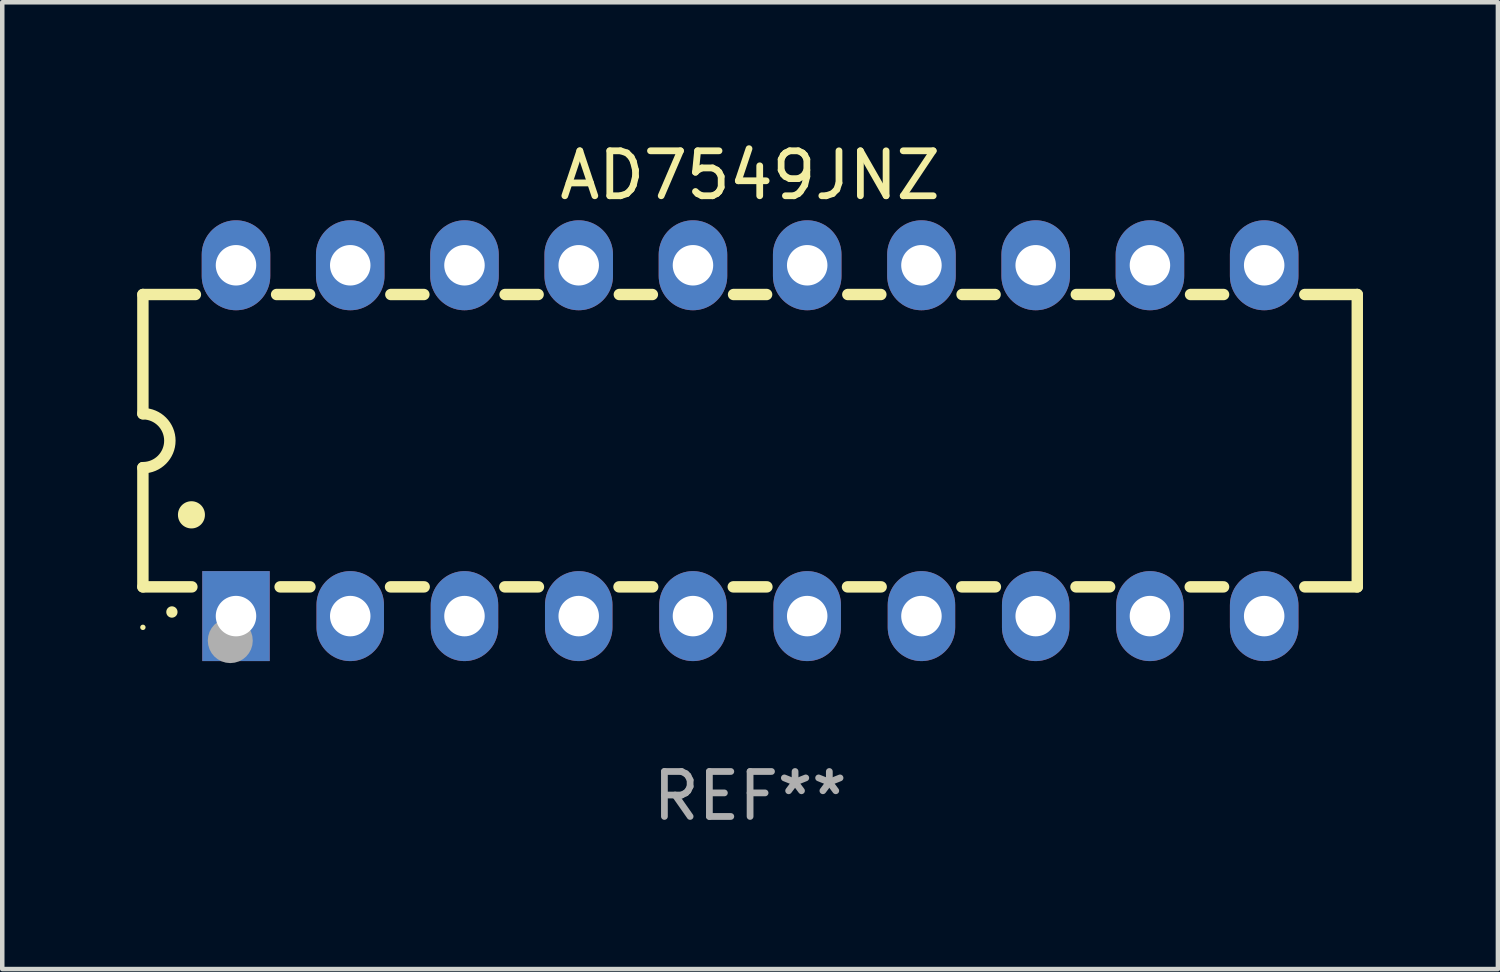
<source format=kicad_pcb>
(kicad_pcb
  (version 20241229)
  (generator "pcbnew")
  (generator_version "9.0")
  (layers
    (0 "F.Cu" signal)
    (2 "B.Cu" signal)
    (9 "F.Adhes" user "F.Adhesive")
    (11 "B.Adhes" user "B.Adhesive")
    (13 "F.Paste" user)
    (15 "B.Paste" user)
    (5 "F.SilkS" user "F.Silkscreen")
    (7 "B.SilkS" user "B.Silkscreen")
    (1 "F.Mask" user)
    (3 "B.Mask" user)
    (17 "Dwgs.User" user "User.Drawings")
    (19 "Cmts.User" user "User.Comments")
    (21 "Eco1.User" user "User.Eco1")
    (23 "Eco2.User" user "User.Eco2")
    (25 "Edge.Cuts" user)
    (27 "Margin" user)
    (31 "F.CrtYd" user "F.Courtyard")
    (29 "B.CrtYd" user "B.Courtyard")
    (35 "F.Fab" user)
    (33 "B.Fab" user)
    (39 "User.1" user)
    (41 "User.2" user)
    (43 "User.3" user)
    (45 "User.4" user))
  (footprint "AD7549JNZ"
    (layer "F.Cu")
    (at 13.627 6.748)
    (property "Reference" "AD7549JNZ" (at 0 -5.9 0) (layer "F.SilkS") (effects (font (size 1 1) (thickness 0.15))))
    (attr through_hole)
    (fp_line (start -13.5 -3.25) (end -12.333 -3.25) (stroke (width 0.254) (type solid)) (layer "F.SilkS"))
    (fp_line (start -13.5 -0.6) (end -13.5 -3.25) (stroke (width 0.254) (type solid)) (layer "F.SilkS"))
    (fp_line (start -13.5 3.25) (end -13.5 0.6) (stroke (width 0.254) (type solid)) (layer "F.SilkS"))
    (fp_line (start -13.5 3.25) (end -12.411 3.25) (stroke (width 0.254) (type solid)) (layer "F.SilkS"))
    (fp_line (start -10.527 -3.25) (end -9.793 -3.25) (stroke (width 0.254) (type solid)) (layer "F.SilkS"))
    (fp_line (start -10.449 3.25) (end -9.786 3.25) (stroke (width 0.254) (type solid)) (layer "F.SilkS"))
    (fp_line (start -7.994 3.25) (end -7.246 3.25) (stroke (width 0.254) (type solid)) (layer "F.SilkS"))
    (fp_line (start -7.987 -3.25) (end -7.253 -3.25) (stroke (width 0.254) (type solid)) (layer "F.SilkS"))
    (fp_line (start -5.454 3.25) (end -4.706 3.25) (stroke (width 0.254) (type solid)) (layer "F.SilkS"))
    (fp_line (start -5.447 -3.25) (end -4.713 -3.25) (stroke (width 0.254) (type solid)) (layer "F.SilkS"))
    (fp_line (start -2.914 3.25) (end -2.166 3.25) (stroke (width 0.254) (type solid)) (layer "F.SilkS"))
    (fp_line (start -2.907 -3.25) (end -2.173 -3.25) (stroke (width 0.254) (type solid)) (layer "F.SilkS"))
    (fp_line (start -0.374 3.25) (end 0.374 3.25) (stroke (width 0.254) (type solid)) (layer "F.SilkS"))
    (fp_line (start -0.367 -3.25) (end 0.367 -3.25) (stroke (width 0.254) (type solid)) (layer "F.SilkS"))
    (fp_line (start 2.166 3.25) (end 2.914 3.25) (stroke (width 0.254) (type solid)) (layer "F.SilkS"))
    (fp_line (start 2.173 -3.25) (end 2.907 -3.25) (stroke (width 0.254) (type solid)) (layer "F.SilkS"))
    (fp_line (start 4.706 3.25) (end 5.454 3.25) (stroke (width 0.254) (type solid)) (layer "F.SilkS"))
    (fp_line (start 4.713 -3.25) (end 5.447 -3.25) (stroke (width 0.254) (type solid)) (layer "F.SilkS"))
    (fp_line (start 7.246 3.25) (end 7.994 3.25) (stroke (width 0.254) (type solid)) (layer "F.SilkS"))
    (fp_line (start 7.253 -3.25) (end 7.987 -3.25) (stroke (width 0.254) (type solid)) (layer "F.SilkS"))
    (fp_line (start 9.786 3.25) (end 10.527 3.25) (stroke (width 0.254) (type solid)) (layer "F.SilkS"))
    (fp_line (start 9.793 -3.25) (end 10.527 -3.25) (stroke (width 0.254) (type solid)) (layer "F.SilkS"))
    (fp_line (start 12.333 -3.25) (end 13.5 -3.25) (stroke (width 0.254) (type solid)) (layer "F.SilkS"))
    (fp_line (start 12.333 3.25) (end 13.5 3.25) (stroke (width 0.254) (type solid)) (layer "F.SilkS"))
    (fp_line (start 13.5 -3.25) (end 13.5 3.25) (stroke (width 0.254) (type solid)) (layer "F.SilkS"))
    (fp_arc (start -13.500127 -0.599442) (mid -12.900406 0.000228) (end -13.500025 0.6) (stroke (width 0.254001) (type solid)) (layer "F.SilkS"))
    (fp_arc (start -12.854966 3.810008) (mid -12.854973 3.808738) (end -12.854966 3.807468) (stroke (width 0.25) (type solid)) (layer "F.SilkS"))
    (fp_arc (start -12.420625 1.651003) (mid -12.420636 1.648463) (end -12.420625 1.645923) (stroke (width 0.6) (type solid)) (layer "F.SilkS"))
    (fp_circle (center -13.5 4.15) (end -13.47 4.15) (stroke (width 0.06) (type solid)) (fill no) (layer "F.SilkS"))
    (fp_circle (center -11.557 4.445) (end -11.307 4.445) (stroke (width 0.5) (type solid)) (fill no) (layer "F.Fab"))
    (fp_text user "REF**" (at 0 7.9 0) (layer "F.Fab") (effects (font (size 1 1) (thickness 0.15))))
    (pad "1" thru_hole rect (at -11.43 3.9 90) (size 2 1.5) (drill 0.9) (layers "*.Cu" "*.Mask"))
    (pad "2" thru_hole oval (at -8.89 3.9 90) (size 2 1.5) (drill 0.9) (layers "*.Cu" "*.Mask"))
    (pad "3" thru_hole oval (at -6.35 3.9 90) (size 2 1.5) (drill 0.9) (layers "*.Cu" "*.Mask"))
    (pad "4" thru_hole oval (at -3.81 3.9 90) (size 2 1.5) (drill 0.9) (layers "*.Cu" "*.Mask"))
    (pad "5" thru_hole oval (at -1.27 3.9 90) (size 2 1.5) (drill 0.9) (layers "*.Cu" "*.Mask"))
    (pad "6" thru_hole oval (at 1.27 3.9 90) (size 2 1.5) (drill 0.9) (layers "*.Cu" "*.Mask"))
    (pad "7" thru_hole oval (at 3.81 3.9 90) (size 2 1.5) (drill 0.9) (layers "*.Cu" "*.Mask"))
    (pad "8" thru_hole oval (at 6.35 3.9 90) (size 2 1.5) (drill 0.9) (layers "*.Cu" "*.Mask"))
    (pad "9" thru_hole oval (at 8.89 3.9 90) (size 2 1.5) (drill 0.9) (layers "*.Cu" "*.Mask"))
    (pad "10" thru_hole oval (at 11.43 3.9 90) (size 2 1.524) (drill 0.9) (layers "*.Cu" "*.Mask"))
    (pad "11" thru_hole oval (at 11.43 -3.9 90) (size 2 1.524) (drill 0.9) (layers "*.Cu" "*.Mask"))
    (pad "12" thru_hole oval (at 8.89 -3.9 90) (size 2 1.524) (drill 0.9) (layers "*.Cu" "*.Mask"))
    (pad "13" thru_hole oval (at 6.35 -3.9 90) (size 2 1.524) (drill 0.9) (layers "*.Cu" "*.Mask"))
    (pad "14" thru_hole oval (at 3.81 -3.9 90) (size 2 1.524) (drill 0.9) (layers "*.Cu" "*.Mask"))
    (pad "15" thru_hole oval (at 1.27 -3.9 90) (size 2 1.524) (drill 0.9) (layers "*.Cu" "*.Mask"))
    (pad "16" thru_hole oval (at -1.27 -3.9 90) (size 2 1.524) (drill 0.9) (layers "*.Cu" "*.Mask"))
    (pad "17" thru_hole oval (at -3.81 -3.9 90) (size 2 1.524) (drill 0.9) (layers "*.Cu" "*.Mask"))
    (pad "18" thru_hole oval (at -6.35 -3.9 90) (size 2 1.524) (drill 0.9) (layers "*.Cu" "*.Mask"))
    (pad "19" thru_hole oval (at -8.89 -3.9 90) (size 2 1.524) (drill 0.9) (layers "*.Cu" "*.Mask"))
    (pad "20" thru_hole oval (at -11.43 -3.9 90) (size 2 1.524) (drill 0.9) (layers "*.Cu" "*.Mask")))
  (gr_rect
    (start -3 -3)
    (end 30.254 18.496)
    (stroke (width 0.1) (type default))
    (fill no)
    (layer "Edge.Cuts")))
</source>
